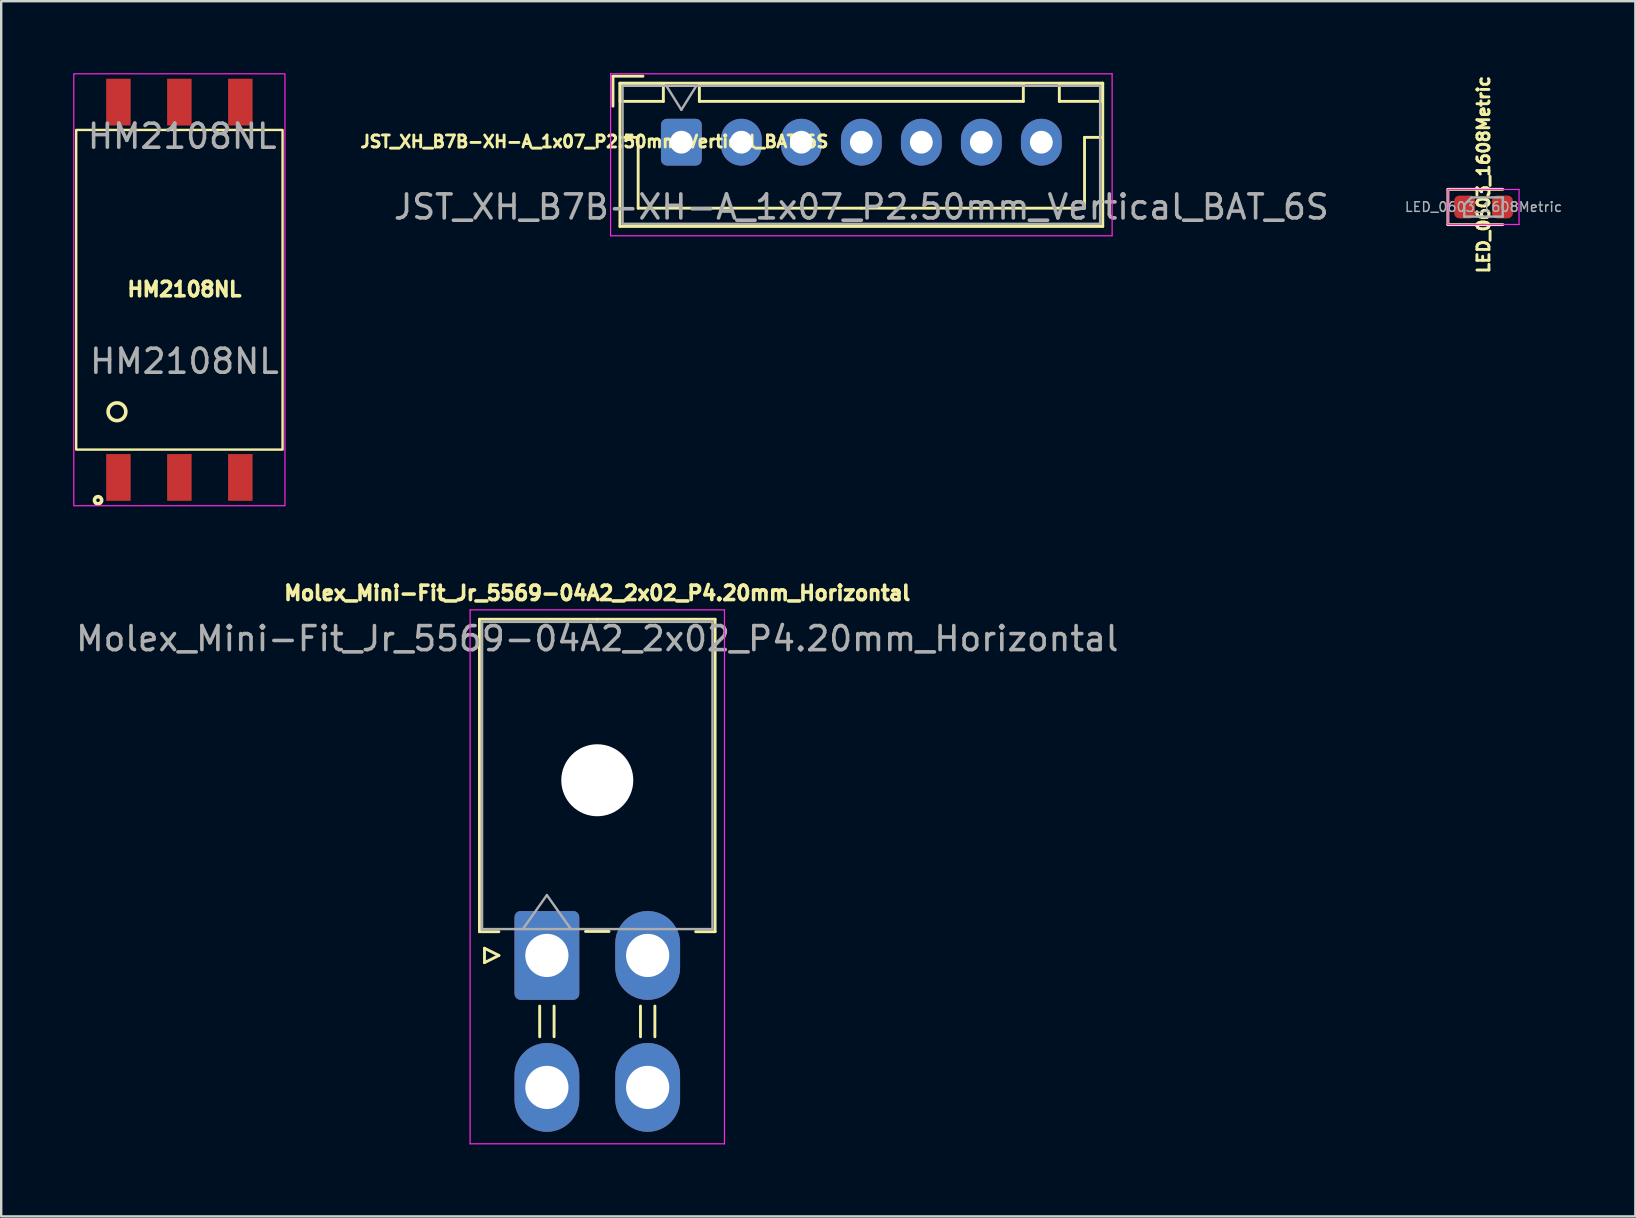
<source format=kicad_pcb>
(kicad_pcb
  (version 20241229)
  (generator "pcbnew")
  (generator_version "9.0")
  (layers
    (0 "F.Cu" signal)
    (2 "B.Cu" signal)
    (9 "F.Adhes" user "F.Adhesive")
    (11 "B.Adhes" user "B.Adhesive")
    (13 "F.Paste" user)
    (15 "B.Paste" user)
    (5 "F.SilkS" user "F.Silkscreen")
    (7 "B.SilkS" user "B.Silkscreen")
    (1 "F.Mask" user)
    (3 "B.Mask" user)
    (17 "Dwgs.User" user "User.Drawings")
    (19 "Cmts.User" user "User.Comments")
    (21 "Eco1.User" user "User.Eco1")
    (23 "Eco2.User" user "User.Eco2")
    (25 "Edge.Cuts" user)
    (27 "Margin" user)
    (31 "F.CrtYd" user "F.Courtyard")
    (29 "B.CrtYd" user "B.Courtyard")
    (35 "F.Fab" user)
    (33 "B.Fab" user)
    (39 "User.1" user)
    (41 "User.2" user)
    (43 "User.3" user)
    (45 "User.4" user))
  (footprint "Molex_Mini-Fit_Jr_5569-04A2_2x02_P4.20mm_Horizontal"
    (layer "F.Cu")
    (at 19.739 36.764)
    (property "Reference" "Molex_Mini-Fit_Jr_5569-04A2_2x02_P4.20mm_Horizontal" (at 2.1 -15.1 0) (layer "F.SilkS") (effects (font (size 0.6 0.6) (thickness 0.15))))
    (attr through_hole)
    (fp_line (start -2.81 -14.01) (end 2.1 -14.01) (stroke (width 0.12) (type solid)) (layer "F.SilkS"))
    (fp_line (start -2.81 -0.99) (end -2.81 -14.01) (stroke (width 0.12) (type solid)) (layer "F.SilkS"))
    (fp_line (start -2.6 -0.3) (end -2 0) (stroke (width 0.12) (type solid)) (layer "F.SilkS"))
    (fp_line (start -2.6 0.3) (end -2.6 -0.3) (stroke (width 0.12) (type solid)) (layer "F.SilkS"))
    (fp_line (start -2 -0.99) (end -2.81 -0.99) (stroke (width 0.12) (type solid)) (layer "F.SilkS"))
    (fp_line (start -2 0) (end -2.6 0.3) (stroke (width 0.12) (type solid)) (layer "F.SilkS"))
    (fp_line (start -0.3 2.11) (end -0.3 3.39) (stroke (width 0.12) (type solid)) (layer "F.SilkS"))
    (fp_line (start 0.3 2.11) (end 0.3 3.39) (stroke (width 0.12) (type solid)) (layer "F.SilkS"))
    (fp_line (start 1.61 -1) (end 2.59 -1) (stroke (width 0.12) (type solid)) (layer "F.SilkS"))
    (fp_line (start 3.9 2.11) (end 3.9 3.39) (stroke (width 0.12) (type solid)) (layer "F.SilkS"))
    (fp_line (start 4.5 2.11) (end 4.5 3.39) (stroke (width 0.12) (type solid)) (layer "F.SilkS"))
    (fp_line (start 6.2 -0.99) (end 7.01 -0.99) (stroke (width 0.12) (type solid)) (layer "F.SilkS"))
    (fp_line (start 7.01 -14.01) (end 2.1 -14.01) (stroke (width 0.12) (type solid)) (layer "F.SilkS"))
    (fp_line (start 7.01 -0.99) (end 7.01 -14.01) (stroke (width 0.12) (type solid)) (layer "F.SilkS"))
    (fp_line (start -3.2 -14.4) (end -3.2 7.85) (stroke (width 0.05) (type solid)) (layer "F.CrtYd"))
    (fp_line (start -3.2 7.85) (end 7.4 7.85) (stroke (width 0.05) (type solid)) (layer "F.CrtYd"))
    (fp_line (start 7.4 -14.4) (end -3.2 -14.4) (stroke (width 0.05) (type solid)) (layer "F.CrtYd"))
    (fp_line (start 7.4 7.85) (end 7.4 -14.4) (stroke (width 0.05) (type solid)) (layer "F.CrtYd"))
    (fp_line (start -2.7 -13.9) (end -2.7 -1.1) (stroke (width 0.1) (type solid)) (layer "F.Fab"))
    (fp_line (start -2.7 -1.1) (end 6.9 -1.1) (stroke (width 0.1) (type solid)) (layer "F.Fab"))
    (fp_line (start -1 -1.1) (end 0 -2.514) (stroke (width 0.1) (type solid)) (layer "F.Fab"))
    (fp_line (start 0 -2.514) (end 1 -1.1) (stroke (width 0.1) (type solid)) (layer "F.Fab"))
    (fp_line (start 6.9 -13.9) (end -2.7 -13.9) (stroke (width 0.1) (type solid)) (layer "F.Fab"))
    (fp_line (start 6.9 -1.1) (end 6.9 -13.9) (stroke (width 0.1) (type solid)) (layer "F.Fab"))
    (fp_text user "${REFERENCE}" (at 2.1 -13.2 0) (layer "F.Fab") (effects (font (size 1 1) (thickness 0.15))))
    (pad "" np_thru_hole circle (at 2.1 -7.3) (size 3 3) (drill 3) (layers "*.Cu" "*.Mask"))
    (pad "1" thru_hole roundrect (at 0 0) (size 2.7 3.7) (drill 1.8) (layers "*.Cu" "*.Mask") (roundrect_rratio 0.093))
    (pad "2" thru_hole oval (at 4.2 0) (size 2.7 3.7) (drill 1.8) (layers "*.Cu" "*.Mask"))
    (pad "3" thru_hole oval (at 0 5.5) (size 2.7 3.7) (drill 1.8) (layers "*.Cu" "*.Mask"))
    (pad "4" thru_hole oval (at 4.2 5.5) (size 2.7 3.7) (drill 1.8) (layers "*.Cu" "*.Mask")))
  (footprint "HM2108NL"
    (layer "F.Cu")
    (at 4.425 9.025)
    (property "Reference" "HM2108NL" (at 0.21 -0.02 0) (unlocked yes) (layer "F.SilkS") (effects (font (size 0.6 0.6) (thickness 0.15))))
    (attr smd)
    (fp_rect (start -4.3 -6.66) (end 4.3 6.66) (stroke (width 0.1) (type default)) (fill no) (layer "F.SilkS"))
    (fp_circle (center -3.39 8.77) (end -3.24 8.75) (stroke (width 0.15) (type solid)) (fill no) (layer "F.SilkS"))
    (fp_circle (center -2.601 5.083) (end -2.245 4.982) (stroke (width 0.15) (type solid)) (fill no) (layer "F.SilkS"))
    (fp_rect (start -4.4 -9) (end 4.4 9) (stroke (width 0.05) (type default)) (fill no) (layer "F.CrtYd"))
    (fp_text user "${REFERENCE}" (at 0.117 -6.397 180) (layer "F.Fab") (effects (font (size 1 1) (thickness 0.15))))
    (fp_text user "${REFERENCE}" (at 0.21 2.98 0) (unlocked yes) (layer "F.Fab") (effects (font (size 1 1) (thickness 0.15))))
    (pad "1" smd rect (at -2.54 7.82) (size 1.02 1.95) (layers "F.Cu" "F.Mask" "F.Paste"))
    (pad "2" smd rect (at 0 7.82) (size 1.02 1.95) (layers "F.Cu" "F.Mask" "F.Paste"))
    (pad "3" smd rect (at 2.54 7.82) (size 1.02 1.95) (layers "F.Cu" "F.Mask" "F.Paste"))
    (pad "4" smd rect (at -2.54 -7.82) (size 1.02 1.95) (layers "F.Cu" "F.Mask" "F.Paste"))
    (pad "5" smd rect (at 0 -7.82) (size 1.02 1.95) (layers "F.Cu" "F.Mask" "F.Paste"))
    (pad "6" smd rect (at 2.54 -7.82) (size 1.02 1.95) (layers "F.Cu" "F.Mask" "F.Paste")))
  (footprint "JST_XH_B7B-XH-A_1x07_P2.50mm_Vertical_BAT_6S"
    (layer "F.Cu")
    (at 25.343 2.875)
    (property "Reference" "JST_XH_B7B-XH-A_1x07_P2.50mm_Vertical_BAT_6S" (at -3.625 -0.025 180) (layer "F.SilkS") (effects (font (size 0.5 0.5) (thickness 0.12))))
    (attr through_hole)
    (fp_line (start -2.85 -2.75) (end -2.85 -1.5) (stroke (width 0.12) (type solid)) (layer "F.SilkS"))
    (fp_line (start -2.56 -2.46) (end -2.56 3.51) (stroke (width 0.12) (type solid)) (layer "F.SilkS"))
    (fp_line (start -2.56 3.51) (end 17.56 3.51) (stroke (width 0.12) (type solid)) (layer "F.SilkS"))
    (fp_line (start -2.55 -2.45) (end -2.55 -1.7) (stroke (width 0.12) (type solid)) (layer "F.SilkS"))
    (fp_line (start -2.55 -1.7) (end -0.75 -1.7) (stroke (width 0.12) (type solid)) (layer "F.SilkS"))
    (fp_line (start -2.55 -0.2) (end -1.8 -0.2) (stroke (width 0.12) (type solid)) (layer "F.SilkS"))
    (fp_line (start -1.8 -0.2) (end -1.8 2.75) (stroke (width 0.12) (type solid)) (layer "F.SilkS"))
    (fp_line (start -1.8 2.75) (end 7.5 2.75) (stroke (width 0.12) (type solid)) (layer "F.SilkS"))
    (fp_line (start -1.6 -2.75) (end -2.85 -2.75) (stroke (width 0.12) (type solid)) (layer "F.SilkS"))
    (fp_line (start -0.75 -2.45) (end -2.55 -2.45) (stroke (width 0.12) (type solid)) (layer "F.SilkS"))
    (fp_line (start -0.75 -1.7) (end -0.75 -2.45) (stroke (width 0.12) (type solid)) (layer "F.SilkS"))
    (fp_line (start 0.75 -2.45) (end 0.75 -1.7) (stroke (width 0.12) (type solid)) (layer "F.SilkS"))
    (fp_line (start 0.75 -1.7) (end 14.25 -1.7) (stroke (width 0.12) (type solid)) (layer "F.SilkS"))
    (fp_line (start 14.25 -2.45) (end 0.75 -2.45) (stroke (width 0.12) (type solid)) (layer "F.SilkS"))
    (fp_line (start 14.25 -1.7) (end 14.25 -2.45) (stroke (width 0.12) (type solid)) (layer "F.SilkS"))
    (fp_line (start 15.75 -2.45) (end 15.75 -1.7) (stroke (width 0.12) (type solid)) (layer "F.SilkS"))
    (fp_line (start 15.75 -1.7) (end 17.55 -1.7) (stroke (width 0.12) (type solid)) (layer "F.SilkS"))
    (fp_line (start 16.8 -0.2) (end 16.8 2.75) (stroke (width 0.12) (type solid)) (layer "F.SilkS"))
    (fp_line (start 16.8 2.75) (end 7.5 2.75) (stroke (width 0.12) (type solid)) (layer "F.SilkS"))
    (fp_line (start 17.55 -2.45) (end 15.75 -2.45) (stroke (width 0.12) (type solid)) (layer "F.SilkS"))
    (fp_line (start 17.55 -1.7) (end 17.55 -2.45) (stroke (width 0.12) (type solid)) (layer "F.SilkS"))
    (fp_line (start 17.55 -0.2) (end 16.8 -0.2) (stroke (width 0.12) (type solid)) (layer "F.SilkS"))
    (fp_line (start 17.56 -2.46) (end -2.56 -2.46) (stroke (width 0.12) (type solid)) (layer "F.SilkS"))
    (fp_line (start 17.56 3.51) (end 17.56 -2.46) (stroke (width 0.12) (type solid)) (layer "F.SilkS"))
    (fp_line (start -2.95 -2.85) (end -2.95 3.9) (stroke (width 0.05) (type solid)) (layer "F.CrtYd"))
    (fp_line (start -2.95 3.9) (end 17.95 3.9) (stroke (width 0.05) (type solid)) (layer "F.CrtYd"))
    (fp_line (start 17.95 -2.85) (end -2.95 -2.85) (stroke (width 0.05) (type solid)) (layer "F.CrtYd"))
    (fp_line (start 17.95 3.9) (end 17.95 -2.85) (stroke (width 0.05) (type solid)) (layer "F.CrtYd"))
    (fp_line (start -2.45 -2.35) (end -2.45 3.4) (stroke (width 0.1) (type solid)) (layer "F.Fab"))
    (fp_line (start -2.45 3.4) (end 17.45 3.4) (stroke (width 0.1) (type solid)) (layer "F.Fab"))
    (fp_line (start -0.625 -2.35) (end 0 -1.35) (stroke (width 0.1) (type solid)) (layer "F.Fab"))
    (fp_line (start 0 -1.35) (end 0.625 -2.35) (stroke (width 0.1) (type solid)) (layer "F.Fab"))
    (fp_line (start 17.45 -2.35) (end -2.45 -2.35) (stroke (width 0.1) (type solid)) (layer "F.Fab"))
    (fp_line (start 17.45 3.4) (end 17.45 -2.35) (stroke (width 0.1) (type solid)) (layer "F.Fab"))
    (fp_text user "${REFERENCE}" (at 7.5 2.7 180) (layer "F.Fab") (effects (font (size 1 1) (thickness 0.15))))
    (pad "0" thru_hole oval (at 15 0) (size 1.7 1.95) (drill 0.95) (layers "*.Cu" "*.Mask"))
    (pad "1" thru_hole oval (at 12.5 0) (size 1.7 1.95) (drill 0.95) (layers "*.Cu" "*.Mask"))
    (pad "2" thru_hole oval (at 10 0) (size 1.7 1.95) (drill 0.95) (layers "*.Cu" "*.Mask"))
    (pad "3" thru_hole oval (at 7.5 0) (size 1.7 1.95) (drill 0.95) (layers "*.Cu" "*.Mask"))
    (pad "4" thru_hole oval (at 5 0) (size 1.7 1.95) (drill 0.95) (layers "*.Cu" "*.Mask"))
    (pad "5" thru_hole oval (at 2.5 0) (size 1.7 1.95) (drill 0.95) (layers "*.Cu" "*.Mask"))
    (pad "6" thru_hole roundrect (at 0 0) (size 1.7 1.95) (drill 0.95) (layers "*.Cu" "*.Mask") (roundrect_rratio 0.147)))
  (footprint "LED_0603_1608Metric"
    (layer "F.Cu")
    (at 58.77 5.575)
    (property "Reference" "LED_0603_1608Metric" (at 0 -1.35 90) (layer "F.SilkS") (effects (font (size 0.5 0.5) (thickness 0.12))))
    (attr smd)
    (fp_line (start -1.485 -0.735) (end -1.485 0.735) (stroke (width 0.12) (type solid)) (layer "F.SilkS"))
    (fp_line (start -1.485 0.735) (end 0.8 0.735) (stroke (width 0.12) (type solid)) (layer "F.SilkS"))
    (fp_line (start 0.8 -0.735) (end -1.485 -0.735) (stroke (width 0.12) (type solid)) (layer "F.SilkS"))
    (fp_line (start -1.48 -0.73) (end 1.48 -0.73) (stroke (width 0.05) (type solid)) (layer "F.CrtYd"))
    (fp_line (start -1.48 0.73) (end -1.48 -0.73) (stroke (width 0.05) (type solid)) (layer "F.CrtYd"))
    (fp_line (start 1.48 -0.73) (end 1.48 0.73) (stroke (width 0.05) (type solid)) (layer "F.CrtYd"))
    (fp_line (start 1.48 0.73) (end -1.48 0.73) (stroke (width 0.05) (type solid)) (layer "F.CrtYd"))
    (fp_line (start -0.8 -0.1) (end -0.8 0.4) (stroke (width 0.1) (type solid)) (layer "F.Fab"))
    (fp_line (start -0.8 0.4) (end 0.8 0.4) (stroke (width 0.1) (type solid)) (layer "F.Fab"))
    (fp_line (start -0.5 -0.4) (end -0.8 -0.1) (stroke (width 0.1) (type solid)) (layer "F.Fab"))
    (fp_line (start 0.8 -0.4) (end -0.5 -0.4) (stroke (width 0.1) (type solid)) (layer "F.Fab"))
    (fp_line (start 0.8 0.4) (end 0.8 -0.4) (stroke (width 0.1) (type solid)) (layer "F.Fab"))
    (fp_text user "${REFERENCE}" (at 0 0 0) (layer "F.Fab") (effects (font (size 0.4 0.4) (thickness 0.06))))
    (pad "1" smd roundrect (at -0.787 0) (size 0.875 0.95) (layers "F.Cu" "F.Mask" "F.Paste") (roundrect_rratio 0.25))
    (pad "2" smd roundrect (at 0.787 0) (size 0.875 0.95) (layers "F.Cu" "F.Mask" "F.Paste") (roundrect_rratio 0.25)))
  (gr_rect
    (start -3 -3)
    (end 65.097 47.639)
    (stroke (width 0.1) (type default))
    (fill no)
    (layer "Edge.Cuts")))
</source>
